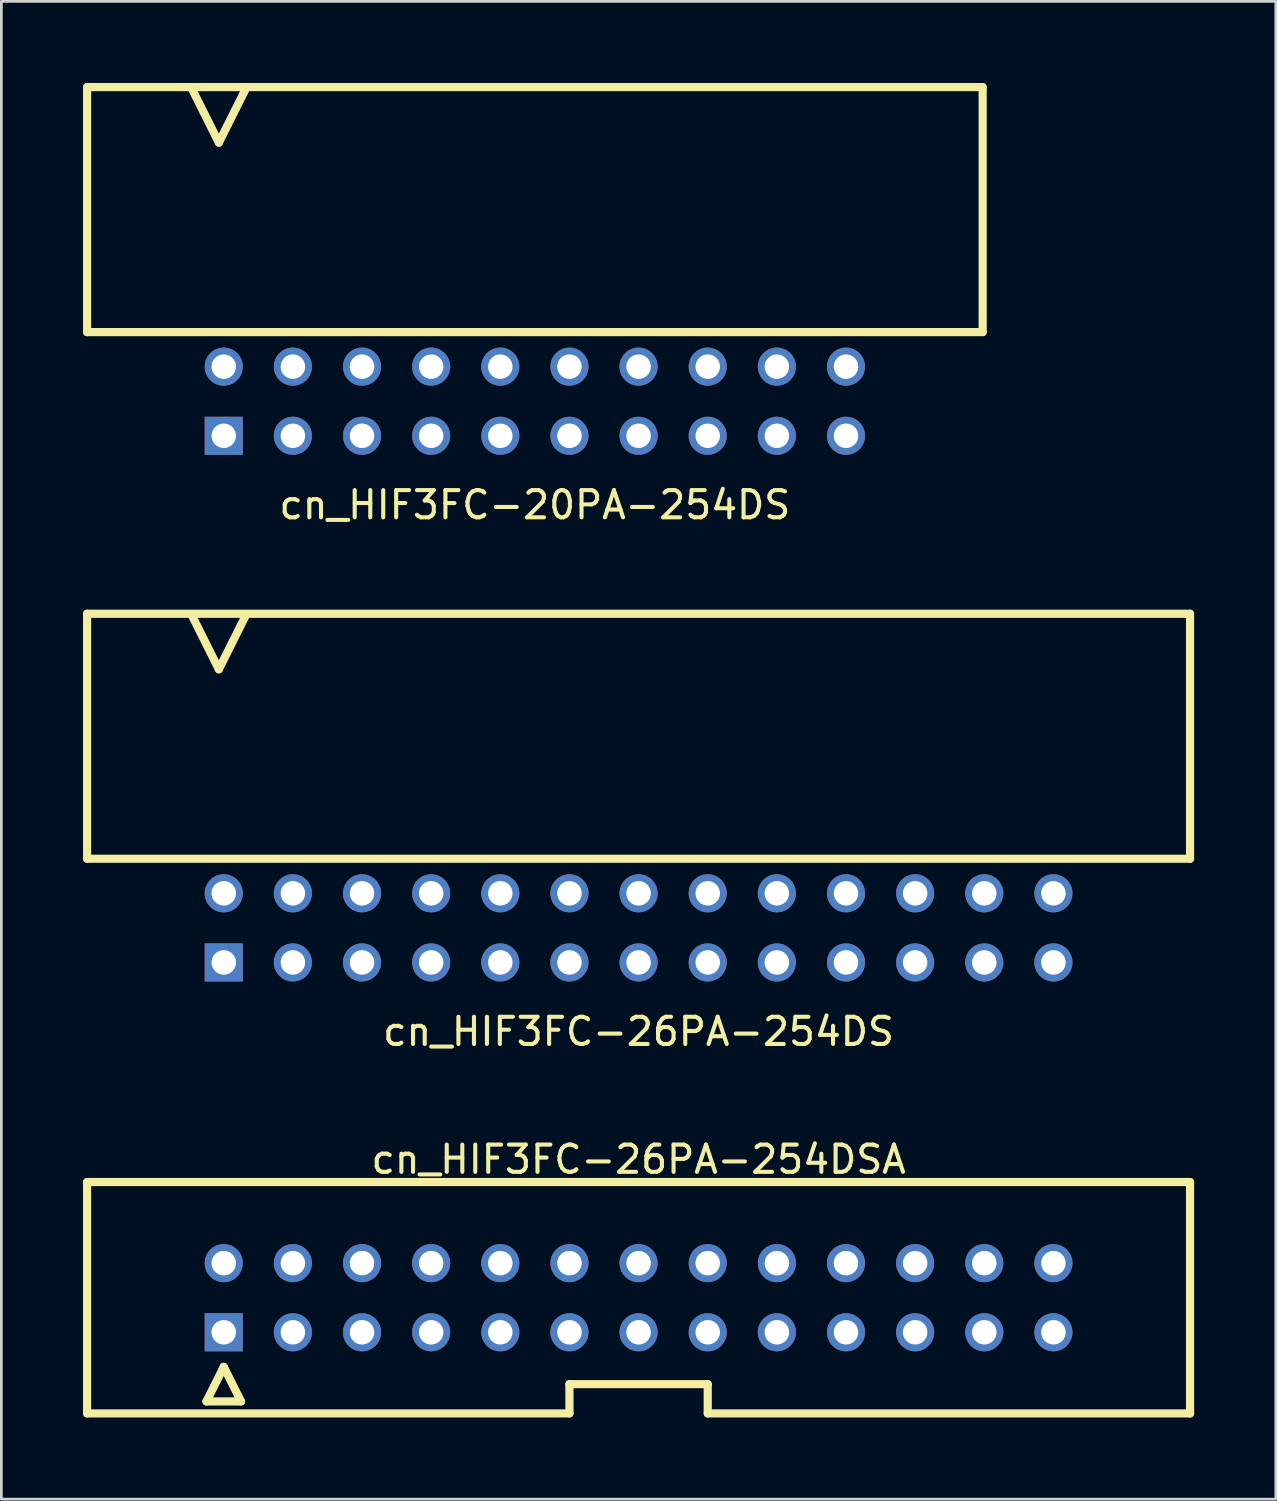
<source format=kicad_pcb>
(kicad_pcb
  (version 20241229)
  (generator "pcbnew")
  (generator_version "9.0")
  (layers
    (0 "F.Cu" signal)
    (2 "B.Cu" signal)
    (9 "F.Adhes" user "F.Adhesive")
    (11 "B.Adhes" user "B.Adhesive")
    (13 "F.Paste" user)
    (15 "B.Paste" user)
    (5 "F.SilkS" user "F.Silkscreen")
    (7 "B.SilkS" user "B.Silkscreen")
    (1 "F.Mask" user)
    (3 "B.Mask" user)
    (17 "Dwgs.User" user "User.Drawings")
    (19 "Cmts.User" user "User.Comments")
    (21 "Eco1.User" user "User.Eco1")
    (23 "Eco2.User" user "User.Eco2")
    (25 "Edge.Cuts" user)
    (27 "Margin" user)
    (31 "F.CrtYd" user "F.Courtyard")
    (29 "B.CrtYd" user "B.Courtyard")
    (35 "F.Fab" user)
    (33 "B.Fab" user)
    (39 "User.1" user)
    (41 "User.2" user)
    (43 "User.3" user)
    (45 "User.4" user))
  (footprint "cn_HIF3FC-26PA-254DS"
    (layer "F.Cu")
    (at 20.41 31.038)
    (property "Reference" "cn_HIF3FC-26PA-254DS" (at 0 3.81 0) (layer "F.SilkS") (effects (font (size 1 1) (thickness 0.15))))
    (attr through_hole)
    (fp_line (start -20.26 -11.54) (end -20.26 -2.54) (stroke (width 0.3) (type solid)) (layer "F.SilkS"))
    (fp_line (start -20.26 -2.54) (end 20.26 -2.54) (stroke (width 0.3) (type solid)) (layer "F.SilkS"))
    (fp_line (start -16.42 -11.5) (end -15.42 -9.5) (stroke (width 0.3) (type solid)) (layer "F.SilkS"))
    (fp_line (start -15.42 -9.5) (end -14.42 -11.5) (stroke (width 0.3) (type solid)) (layer "F.SilkS"))
    (fp_line (start 20.26 -11.54) (end -20.26 -11.54) (stroke (width 0.3) (type solid)) (layer "F.SilkS"))
    (fp_line (start 20.26 -2.54) (end 20.26 -11.54) (stroke (width 0.3) (type solid)) (layer "F.SilkS"))
    (pad "1" thru_hole rect (at -15.24 1.27) (size 1.4 1.4) (drill 0.9) (layers "*.Cu" "*.Mask"))
    (pad "2" thru_hole circle (at -15.24 -1.27) (size 1.4 1.4) (drill 0.9) (layers "*.Cu" "*.Mask"))
    (pad "3" thru_hole circle (at -12.7 1.27) (size 1.4 1.4) (drill 0.9) (layers "*.Cu" "*.Mask"))
    (pad "4" thru_hole circle (at -12.7 -1.27) (size 1.4 1.4) (drill 0.9) (layers "*.Cu" "*.Mask"))
    (pad "5" thru_hole circle (at -10.16 1.27) (size 1.4 1.4) (drill 0.9) (layers "*.Cu" "*.Mask"))
    (pad "6" thru_hole circle (at -10.16 -1.27) (size 1.4 1.4) (drill 0.9) (layers "*.Cu" "*.Mask"))
    (pad "7" thru_hole circle (at -7.62 1.27) (size 1.4 1.4) (drill 0.9) (layers "*.Cu" "*.Mask"))
    (pad "8" thru_hole circle (at -7.62 -1.27) (size 1.4 1.4) (drill 0.9) (layers "*.Cu" "*.Mask"))
    (pad "9" thru_hole circle (at -5.08 1.27) (size 1.4 1.4) (drill 0.9) (layers "*.Cu" "*.Mask"))
    (pad "10" thru_hole circle (at -5.08 -1.27) (size 1.4 1.4) (drill 0.9) (layers "*.Cu" "*.Mask"))
    (pad "11" thru_hole circle (at -2.54 1.27) (size 1.4 1.4) (drill 0.9) (layers "*.Cu" "*.Mask"))
    (pad "12" thru_hole circle (at -2.54 -1.27) (size 1.4 1.4) (drill 0.9) (layers "*.Cu" "*.Mask"))
    (pad "13" thru_hole circle (at 0 1.27) (size 1.4 1.4) (drill 0.9) (layers "*.Cu" "*.Mask"))
    (pad "14" thru_hole circle (at 0 -1.27) (size 1.4 1.4) (drill 0.9) (layers "*.Cu" "*.Mask"))
    (pad "15" thru_hole circle (at 2.54 1.27) (size 1.4 1.4) (drill 0.9) (layers "*.Cu" "*.Mask"))
    (pad "16" thru_hole circle (at 2.54 -1.27) (size 1.4 1.4) (drill 0.9) (layers "*.Cu" "*.Mask"))
    (pad "17" thru_hole circle (at 5.08 1.27) (size 1.4 1.4) (drill 0.9) (layers "*.Cu" "*.Mask"))
    (pad "18" thru_hole circle (at 5.08 -1.27) (size 1.4 1.4) (drill 0.9) (layers "*.Cu" "*.Mask"))
    (pad "19" thru_hole circle (at 7.62 1.27) (size 1.4 1.4) (drill 0.9) (layers "*.Cu" "*.Mask"))
    (pad "20" thru_hole circle (at 7.62 -1.27) (size 1.4 1.4) (drill 0.9) (layers "*.Cu" "*.Mask"))
    (pad "21" thru_hole circle (at 10.16 1.27) (size 1.4 1.4) (drill 0.9) (layers "*.Cu" "*.Mask"))
    (pad "22" thru_hole circle (at 10.16 -1.27) (size 1.4 1.4) (drill 0.9) (layers "*.Cu" "*.Mask"))
    (pad "23" thru_hole circle (at 12.7 1.27) (size 1.4 1.4) (drill 0.9) (layers "*.Cu" "*.Mask"))
    (pad "24" thru_hole circle (at 12.7 -1.27) (size 1.4 1.4) (drill 0.9) (layers "*.Cu" "*.Mask"))
    (pad "25" thru_hole circle (at 15.24 1.27) (size 1.4 1.4) (drill 0.9) (layers "*.Cu" "*.Mask"))
    (pad "26" thru_hole circle (at 15.24 -1.27) (size 1.4 1.4) (drill 0.9) (layers "*.Cu" "*.Mask")))
  (footprint "cn_HIF3FC-26PA-254DSA"
    (layer "F.Cu")
    (at 20.41 44.625)
    (property "Reference" "cn_HIF3FC-26PA-254DSA" (at 0 -5.08 0) (layer "F.SilkS") (effects (font (size 1 1) (thickness 0.15))))
    (attr through_hole)
    (fp_line (start -20.26 -4.25) (end 20.26 -4.25) (stroke (width 0.3) (type solid)) (layer "F.SilkS"))
    (fp_line (start -20.26 4.25) (end -20.26 -4.25) (stroke (width 0.3) (type solid)) (layer "F.SilkS"))
    (fp_line (start -15.875 3.81) (end -14.605 3.81) (stroke (width 0.3) (type solid)) (layer "F.SilkS"))
    (fp_line (start -15.24 2.54) (end -15.875 3.81) (stroke (width 0.3) (type solid)) (layer "F.SilkS"))
    (fp_line (start -14.605 3.81) (end -15.24 2.54) (stroke (width 0.3) (type solid)) (layer "F.SilkS"))
    (fp_line (start -2.54 3.175) (end 2.54 3.175) (stroke (width 0.3) (type solid)) (layer "F.SilkS"))
    (fp_line (start -2.54 4.25) (end -20.26 4.25) (stroke (width 0.3) (type solid)) (layer "F.SilkS"))
    (fp_line (start -2.54 4.25) (end -2.54 3.175) (stroke (width 0.3) (type solid)) (layer "F.SilkS"))
    (fp_line (start 2.54 3.175) (end 2.54 4.25) (stroke (width 0.3) (type solid)) (layer "F.SilkS"))
    (fp_line (start 20.26 -4.25) (end 20.26 4.25) (stroke (width 0.3) (type solid)) (layer "F.SilkS"))
    (fp_line (start 20.26 4.25) (end 2.54 4.25) (stroke (width 0.3) (type solid)) (layer "F.SilkS"))
    (pad "1" thru_hole rect (at -15.24 1.27) (size 1.4 1.4) (drill 0.9) (layers "*.Cu" "*.Mask"))
    (pad "2" thru_hole circle (at -15.24 -1.27) (size 1.4 1.4) (drill 0.9) (layers "*.Cu" "*.Mask"))
    (pad "3" thru_hole circle (at -12.7 1.27) (size 1.4 1.4) (drill 0.9) (layers "*.Cu" "*.Mask"))
    (pad "4" thru_hole circle (at -12.7 -1.27) (size 1.4 1.4) (drill 0.9) (layers "*.Cu" "*.Mask"))
    (pad "5" thru_hole circle (at -10.16 1.27) (size 1.4 1.4) (drill 0.9) (layers "*.Cu" "*.Mask"))
    (pad "6" thru_hole circle (at -10.16 -1.27) (size 1.4 1.4) (drill 0.9) (layers "*.Cu" "*.Mask"))
    (pad "7" thru_hole circle (at -7.62 1.27) (size 1.4 1.4) (drill 0.9) (layers "*.Cu" "*.Mask"))
    (pad "8" thru_hole circle (at -7.62 -1.27) (size 1.4 1.4) (drill 0.9) (layers "*.Cu" "*.Mask"))
    (pad "9" thru_hole circle (at -5.08 1.27) (size 1.4 1.4) (drill 0.9) (layers "*.Cu" "*.Mask"))
    (pad "10" thru_hole circle (at -5.08 -1.27) (size 1.4 1.4) (drill 0.9) (layers "*.Cu" "*.Mask"))
    (pad "11" thru_hole circle (at -2.54 1.27) (size 1.4 1.4) (drill 0.9) (layers "*.Cu" "*.Mask"))
    (pad "12" thru_hole circle (at -2.54 -1.27) (size 1.4 1.4) (drill 0.9) (layers "*.Cu" "*.Mask"))
    (pad "13" thru_hole circle (at 0 1.27) (size 1.4 1.4) (drill 0.9) (layers "*.Cu" "*.Mask"))
    (pad "14" thru_hole circle (at 0 -1.27) (size 1.4 1.4) (drill 0.9) (layers "*.Cu" "*.Mask"))
    (pad "15" thru_hole circle (at 2.54 1.27) (size 1.4 1.4) (drill 0.9) (layers "*.Cu" "*.Mask"))
    (pad "16" thru_hole circle (at 2.54 -1.27) (size 1.4 1.4) (drill 0.9) (layers "*.Cu" "*.Mask"))
    (pad "17" thru_hole circle (at 5.08 1.27) (size 1.4 1.4) (drill 0.9) (layers "*.Cu" "*.Mask"))
    (pad "18" thru_hole circle (at 5.08 -1.27) (size 1.4 1.4) (drill 0.9) (layers "*.Cu" "*.Mask"))
    (pad "19" thru_hole circle (at 7.62 1.27) (size 1.4 1.4) (drill 0.9) (layers "*.Cu" "*.Mask"))
    (pad "20" thru_hole circle (at 7.62 -1.27) (size 1.4 1.4) (drill 0.9) (layers "*.Cu" "*.Mask"))
    (pad "21" thru_hole circle (at 10.16 1.27) (size 1.4 1.4) (drill 0.9) (layers "*.Cu" "*.Mask"))
    (pad "22" thru_hole circle (at 10.16 -1.27) (size 1.4 1.4) (drill 0.9) (layers "*.Cu" "*.Mask"))
    (pad "23" thru_hole circle (at 12.7 1.27) (size 1.4 1.4) (drill 0.9) (layers "*.Cu" "*.Mask"))
    (pad "24" thru_hole circle (at 12.7 -1.27) (size 1.4 1.4) (drill 0.9) (layers "*.Cu" "*.Mask"))
    (pad "25" thru_hole circle (at 15.24 1.27) (size 1.4 1.4) (drill 0.9) (layers "*.Cu" "*.Mask"))
    (pad "26" thru_hole circle (at 15.24 -1.27) (size 1.4 1.4) (drill 0.9) (layers "*.Cu" "*.Mask")))
  (footprint "cn_HIF3FC-20PA-254DS"
    (layer "F.Cu")
    (at 16.6 11.69)
    (property "Reference" "cn_HIF3FC-20PA-254DS" (at 0 3.81 0) (layer "F.SilkS") (effects (font (size 1 1) (thickness 0.15))))
    (attr through_hole)
    (fp_line (start -16.45 -11.54) (end -16.45 -2.54) (stroke (width 0.3) (type solid)) (layer "F.SilkS"))
    (fp_line (start -16.45 -2.54) (end 16.45 -2.54) (stroke (width 0.3) (type solid)) (layer "F.SilkS"))
    (fp_line (start -12.61 -11.5) (end -11.61 -9.5) (stroke (width 0.3) (type solid)) (layer "F.SilkS"))
    (fp_line (start -11.61 -9.5) (end -10.61 -11.5) (stroke (width 0.3) (type solid)) (layer "F.SilkS"))
    (fp_line (start 16.45 -11.54) (end -16.45 -11.54) (stroke (width 0.3) (type solid)) (layer "F.SilkS"))
    (fp_line (start 16.45 -2.54) (end 16.45 -11.54) (stroke (width 0.3) (type solid)) (layer "F.SilkS"))
    (pad "1" thru_hole rect (at -11.43 1.27) (size 1.4 1.4) (drill 0.9) (layers "*.Cu" "*.Mask"))
    (pad "2" thru_hole circle (at -11.43 -1.27) (size 1.4 1.4) (drill 0.9) (layers "*.Cu" "*.Mask"))
    (pad "3" thru_hole circle (at -8.89 1.27) (size 1.4 1.4) (drill 0.9) (layers "*.Cu" "*.Mask"))
    (pad "4" thru_hole circle (at -8.89 -1.27) (size 1.4 1.4) (drill 0.9) (layers "*.Cu" "*.Mask"))
    (pad "5" thru_hole circle (at -6.35 1.27) (size 1.4 1.4) (drill 0.9) (layers "*.Cu" "*.Mask"))
    (pad "6" thru_hole circle (at -6.35 -1.27) (size 1.4 1.4) (drill 0.9) (layers "*.Cu" "*.Mask"))
    (pad "7" thru_hole circle (at -3.81 1.27) (size 1.4 1.4) (drill 0.9) (layers "*.Cu" "*.Mask"))
    (pad "8" thru_hole circle (at -3.81 -1.27) (size 1.4 1.4) (drill 0.9) (layers "*.Cu" "*.Mask"))
    (pad "9" thru_hole circle (at -1.27 1.27) (size 1.4 1.4) (drill 0.9) (layers "*.Cu" "*.Mask"))
    (pad "10" thru_hole circle (at -1.27 -1.27) (size 1.4 1.4) (drill 0.9) (layers "*.Cu" "*.Mask"))
    (pad "11" thru_hole circle (at 1.27 1.27) (size 1.4 1.4) (drill 0.9) (layers "*.Cu" "*.Mask"))
    (pad "12" thru_hole circle (at 1.27 -1.27) (size 1.4 1.4) (drill 0.9) (layers "*.Cu" "*.Mask"))
    (pad "13" thru_hole circle (at 3.81 1.27) (size 1.4 1.4) (drill 0.9) (layers "*.Cu" "*.Mask"))
    (pad "14" thru_hole circle (at 3.81 -1.27) (size 1.4 1.4) (drill 0.9) (layers "*.Cu" "*.Mask"))
    (pad "15" thru_hole circle (at 6.35 1.27) (size 1.4 1.4) (drill 0.9) (layers "*.Cu" "*.Mask"))
    (pad "16" thru_hole circle (at 6.35 -1.27) (size 1.4 1.4) (drill 0.9) (layers "*.Cu" "*.Mask"))
    (pad "17" thru_hole circle (at 8.89 1.27) (size 1.4 1.4) (drill 0.9) (layers "*.Cu" "*.Mask"))
    (pad "18" thru_hole circle (at 8.89 -1.27) (size 1.4 1.4) (drill 0.9) (layers "*.Cu" "*.Mask"))
    (pad "19" thru_hole circle (at 11.43 1.27) (size 1.4 1.4) (drill 0.9) (layers "*.Cu" "*.Mask"))
    (pad "20" thru_hole circle (at 11.43 -1.27) (size 1.4 1.4) (drill 0.9) (layers "*.Cu" "*.Mask")))
  (gr_rect
    (start -3 -3)
    (end 43.82 52.025)
    (stroke (width 0.1) (type default))
    (fill no)
    (layer "Edge.Cuts")))
</source>
